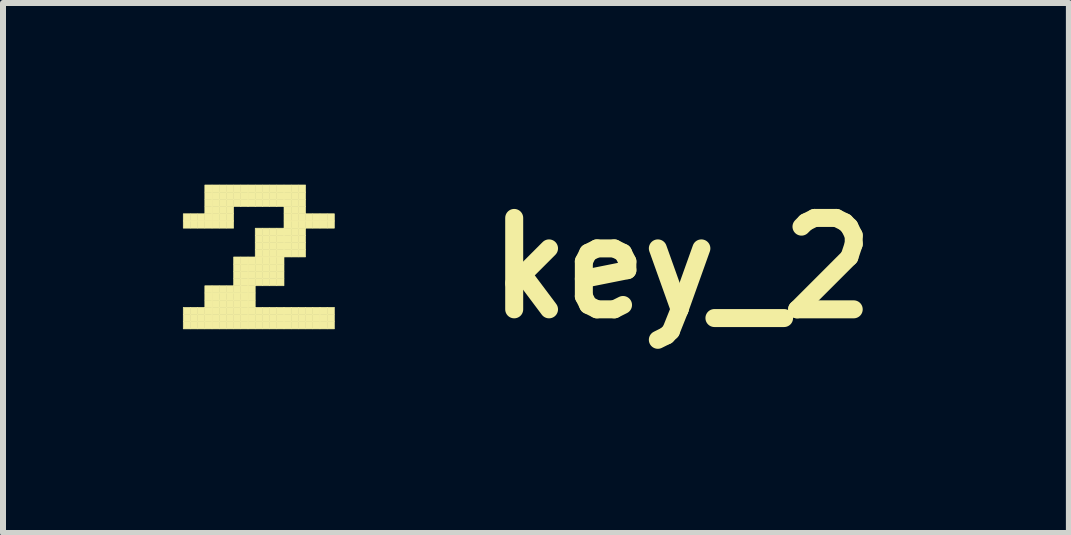
<source format=kicad_pcb>
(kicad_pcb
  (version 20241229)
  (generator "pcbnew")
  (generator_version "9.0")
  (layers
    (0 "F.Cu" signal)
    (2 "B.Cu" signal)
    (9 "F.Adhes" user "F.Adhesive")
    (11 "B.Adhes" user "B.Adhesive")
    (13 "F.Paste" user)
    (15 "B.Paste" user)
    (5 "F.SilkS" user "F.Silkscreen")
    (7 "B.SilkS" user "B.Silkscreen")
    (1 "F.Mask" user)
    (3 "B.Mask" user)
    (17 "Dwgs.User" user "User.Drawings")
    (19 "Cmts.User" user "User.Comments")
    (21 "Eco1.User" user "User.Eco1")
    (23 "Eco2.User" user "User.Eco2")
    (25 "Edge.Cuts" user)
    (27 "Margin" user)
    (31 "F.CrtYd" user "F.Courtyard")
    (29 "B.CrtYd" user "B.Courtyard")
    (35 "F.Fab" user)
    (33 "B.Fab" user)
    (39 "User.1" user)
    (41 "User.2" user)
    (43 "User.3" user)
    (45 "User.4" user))
  (footprint "key_2"
    (layer "F.Cu")
    (at 1.205 1.418)
    (property "Reference" "key_2" (at 7.112 0 0) (layer "F.SilkS") (effects (font (size 1.524 1.524) (thickness 0.3))))
    (attr through_hole)
    (fp_poly (pts (xy -1.2 -0.904) (xy -1.08 -0.904) (xy -1.08 -0.784) (xy -1.2 -0.784) (xy -1.2 -0.904)) (stroke (width 0.01) (type solid)) (fill yes) (layer "F.SilkS"))
    (fp_poly (pts (xy -1.2 -0.784) (xy -1.08 -0.784) (xy -1.08 -0.664) (xy -1.2 -0.664) (xy -1.2 -0.784)) (stroke (width 0.01) (type solid)) (fill yes) (layer "F.SilkS"))
    (fp_poly (pts (xy -1.2 0.656) (xy -1.08 0.656) (xy -1.08 0.776) (xy -1.2 0.776) (xy -1.2 0.656)) (stroke (width 0.01) (type solid)) (fill yes) (layer "F.SilkS"))
    (fp_poly (pts (xy -1.2 0.776) (xy -1.08 0.776) (xy -1.08 0.896) (xy -1.2 0.896) (xy -1.2 0.776)) (stroke (width 0.01) (type solid)) (fill yes) (layer "F.SilkS"))
    (fp_poly (pts (xy -1.2 0.896) (xy -1.08 0.896) (xy -1.08 1.016) (xy -1.2 1.016) (xy -1.2 0.896)) (stroke (width 0.01) (type solid)) (fill yes) (layer "F.SilkS"))
    (fp_poly (pts (xy -1.08 -0.904) (xy -0.96 -0.904) (xy -0.96 -0.784) (xy -1.08 -0.784) (xy -1.08 -0.904)) (stroke (width 0.01) (type solid)) (fill yes) (layer "F.SilkS"))
    (fp_poly (pts (xy -1.08 -0.784) (xy -0.96 -0.784) (xy -0.96 -0.664) (xy -1.08 -0.664) (xy -1.08 -0.784)) (stroke (width 0.01) (type solid)) (fill yes) (layer "F.SilkS"))
    (fp_poly (pts (xy -1.08 0.656) (xy -0.96 0.656) (xy -0.96 0.776) (xy -1.08 0.776) (xy -1.08 0.656)) (stroke (width 0.01) (type solid)) (fill yes) (layer "F.SilkS"))
    (fp_poly (pts (xy -1.08 0.776) (xy -0.96 0.776) (xy -0.96 0.896) (xy -1.08 0.896) (xy -1.08 0.776)) (stroke (width 0.01) (type solid)) (fill yes) (layer "F.SilkS"))
    (fp_poly (pts (xy -1.08 0.896) (xy -0.96 0.896) (xy -0.96 1.016) (xy -1.08 1.016) (xy -1.08 0.896)) (stroke (width 0.01) (type solid)) (fill yes) (layer "F.SilkS"))
    (fp_poly (pts (xy -0.96 -0.904) (xy -0.84 -0.904) (xy -0.84 -0.784) (xy -0.96 -0.784) (xy -0.96 -0.904)) (stroke (width 0.01) (type solid)) (fill yes) (layer "F.SilkS"))
    (fp_poly (pts (xy -0.96 -0.784) (xy -0.84 -0.784) (xy -0.84 -0.664) (xy -0.96 -0.664) (xy -0.96 -0.784)) (stroke (width 0.01) (type solid)) (fill yes) (layer "F.SilkS"))
    (fp_poly (pts (xy -0.96 0.656) (xy -0.84 0.656) (xy -0.84 0.776) (xy -0.96 0.776) (xy -0.96 0.656)) (stroke (width 0.01) (type solid)) (fill yes) (layer "F.SilkS"))
    (fp_poly (pts (xy -0.96 0.776) (xy -0.84 0.776) (xy -0.84 0.896) (xy -0.96 0.896) (xy -0.96 0.776)) (stroke (width 0.01) (type solid)) (fill yes) (layer "F.SilkS"))
    (fp_poly (pts (xy -0.96 0.896) (xy -0.84 0.896) (xy -0.84 1.016) (xy -0.96 1.016) (xy -0.96 0.896)) (stroke (width 0.01) (type solid)) (fill yes) (layer "F.SilkS"))
    (fp_poly (pts (xy -0.84 -1.384) (xy -0.72 -1.384) (xy -0.72 -1.264) (xy -0.84 -1.264) (xy -0.84 -1.384)) (stroke (width 0.01) (type solid)) (fill yes) (layer "F.SilkS"))
    (fp_poly (pts (xy -0.84 -1.264) (xy -0.72 -1.264) (xy -0.72 -1.144) (xy -0.84 -1.144) (xy -0.84 -1.264)) (stroke (width 0.01) (type solid)) (fill yes) (layer "F.SilkS"))
    (fp_poly (pts (xy -0.84 -1.144) (xy -0.72 -1.144) (xy -0.72 -1.024) (xy -0.84 -1.024) (xy -0.84 -1.144)) (stroke (width 0.01) (type solid)) (fill yes) (layer "F.SilkS"))
    (fp_poly (pts (xy -0.84 -1.024) (xy -0.72 -1.024) (xy -0.72 -0.904) (xy -0.84 -0.904) (xy -0.84 -1.024)) (stroke (width 0.01) (type solid)) (fill yes) (layer "F.SilkS"))
    (fp_poly (pts (xy -0.84 -0.904) (xy -0.72 -0.904) (xy -0.72 -0.784) (xy -0.84 -0.784) (xy -0.84 -0.904)) (stroke (width 0.01) (type solid)) (fill yes) (layer "F.SilkS"))
    (fp_poly (pts (xy -0.84 -0.784) (xy -0.72 -0.784) (xy -0.72 -0.664) (xy -0.84 -0.664) (xy -0.84 -0.784)) (stroke (width 0.01) (type solid)) (fill yes) (layer "F.SilkS"))
    (fp_poly (pts (xy -0.84 0.296) (xy -0.72 0.296) (xy -0.72 0.416) (xy -0.84 0.416) (xy -0.84 0.296)) (stroke (width 0.01) (type solid)) (fill yes) (layer "F.SilkS"))
    (fp_poly (pts (xy -0.84 0.416) (xy -0.72 0.416) (xy -0.72 0.536) (xy -0.84 0.536) (xy -0.84 0.416)) (stroke (width 0.01) (type solid)) (fill yes) (layer "F.SilkS"))
    (fp_poly (pts (xy -0.84 0.536) (xy -0.72 0.536) (xy -0.72 0.656) (xy -0.84 0.656) (xy -0.84 0.536)) (stroke (width 0.01) (type solid)) (fill yes) (layer "F.SilkS"))
    (fp_poly (pts (xy -0.84 0.656) (xy -0.72 0.656) (xy -0.72 0.776) (xy -0.84 0.776) (xy -0.84 0.656)) (stroke (width 0.01) (type solid)) (fill yes) (layer "F.SilkS"))
    (fp_poly (pts (xy -0.84 0.776) (xy -0.72 0.776) (xy -0.72 0.896) (xy -0.84 0.896) (xy -0.84 0.776)) (stroke (width 0.01) (type solid)) (fill yes) (layer "F.SilkS"))
    (fp_poly (pts (xy -0.84 0.896) (xy -0.72 0.896) (xy -0.72 1.016) (xy -0.84 1.016) (xy -0.84 0.896)) (stroke (width 0.01) (type solid)) (fill yes) (layer "F.SilkS"))
    (fp_poly (pts (xy -0.72 -1.384) (xy -0.6 -1.384) (xy -0.6 -1.264) (xy -0.72 -1.264) (xy -0.72 -1.384)) (stroke (width 0.01) (type solid)) (fill yes) (layer "F.SilkS"))
    (fp_poly (pts (xy -0.72 -1.264) (xy -0.6 -1.264) (xy -0.6 -1.144) (xy -0.72 -1.144) (xy -0.72 -1.264)) (stroke (width 0.01) (type solid)) (fill yes) (layer "F.SilkS"))
    (fp_poly (pts (xy -0.72 -1.144) (xy -0.6 -1.144) (xy -0.6 -1.024) (xy -0.72 -1.024) (xy -0.72 -1.144)) (stroke (width 0.01) (type solid)) (fill yes) (layer "F.SilkS"))
    (fp_poly (pts (xy -0.72 -1.024) (xy -0.6 -1.024) (xy -0.6 -0.904) (xy -0.72 -0.904) (xy -0.72 -1.024)) (stroke (width 0.01) (type solid)) (fill yes) (layer "F.SilkS"))
    (fp_poly (pts (xy -0.72 -0.904) (xy -0.6 -0.904) (xy -0.6 -0.784) (xy -0.72 -0.784) (xy -0.72 -0.904)) (stroke (width 0.01) (type solid)) (fill yes) (layer "F.SilkS"))
    (fp_poly (pts (xy -0.72 -0.784) (xy -0.6 -0.784) (xy -0.6 -0.664) (xy -0.72 -0.664) (xy -0.72 -0.784)) (stroke (width 0.01) (type solid)) (fill yes) (layer "F.SilkS"))
    (fp_poly (pts (xy -0.72 0.296) (xy -0.6 0.296) (xy -0.6 0.416) (xy -0.72 0.416) (xy -0.72 0.296)) (stroke (width 0.01) (type solid)) (fill yes) (layer "F.SilkS"))
    (fp_poly (pts (xy -0.72 0.416) (xy -0.6 0.416) (xy -0.6 0.536) (xy -0.72 0.536) (xy -0.72 0.416)) (stroke (width 0.01) (type solid)) (fill yes) (layer "F.SilkS"))
    (fp_poly (pts (xy -0.72 0.536) (xy -0.6 0.536) (xy -0.6 0.656) (xy -0.72 0.656) (xy -0.72 0.536)) (stroke (width 0.01) (type solid)) (fill yes) (layer "F.SilkS"))
    (fp_poly (pts (xy -0.72 0.656) (xy -0.6 0.656) (xy -0.6 0.776) (xy -0.72 0.776) (xy -0.72 0.656)) (stroke (width 0.01) (type solid)) (fill yes) (layer "F.SilkS"))
    (fp_poly (pts (xy -0.72 0.776) (xy -0.6 0.776) (xy -0.6 0.896) (xy -0.72 0.896) (xy -0.72 0.776)) (stroke (width 0.01) (type solid)) (fill yes) (layer "F.SilkS"))
    (fp_poly (pts (xy -0.72 0.896) (xy -0.6 0.896) (xy -0.6 1.016) (xy -0.72 1.016) (xy -0.72 0.896)) (stroke (width 0.01) (type solid)) (fill yes) (layer "F.SilkS"))
    (fp_poly (pts (xy -0.6 -1.384) (xy -0.48 -1.384) (xy -0.48 -1.264) (xy -0.6 -1.264) (xy -0.6 -1.384)) (stroke (width 0.01) (type solid)) (fill yes) (layer "F.SilkS"))
    (fp_poly (pts (xy -0.6 -1.264) (xy -0.48 -1.264) (xy -0.48 -1.144) (xy -0.6 -1.144) (xy -0.6 -1.264)) (stroke (width 0.01) (type solid)) (fill yes) (layer "F.SilkS"))
    (fp_poly (pts (xy -0.6 -1.144) (xy -0.48 -1.144) (xy -0.48 -1.024) (xy -0.6 -1.024) (xy -0.6 -1.144)) (stroke (width 0.01) (type solid)) (fill yes) (layer "F.SilkS"))
    (fp_poly (pts (xy -0.6 -1.024) (xy -0.48 -1.024) (xy -0.48 -0.904) (xy -0.6 -0.904) (xy -0.6 -1.024)) (stroke (width 0.01) (type solid)) (fill yes) (layer "F.SilkS"))
    (fp_poly (pts (xy -0.6 -0.904) (xy -0.48 -0.904) (xy -0.48 -0.784) (xy -0.6 -0.784) (xy -0.6 -0.904)) (stroke (width 0.01) (type solid)) (fill yes) (layer "F.SilkS"))
    (fp_poly (pts (xy -0.6 -0.784) (xy -0.48 -0.784) (xy -0.48 -0.664) (xy -0.6 -0.664) (xy -0.6 -0.784)) (stroke (width 0.01) (type solid)) (fill yes) (layer "F.SilkS"))
    (fp_poly (pts (xy -0.6 0.296) (xy -0.48 0.296) (xy -0.48 0.416) (xy -0.6 0.416) (xy -0.6 0.296)) (stroke (width 0.01) (type solid)) (fill yes) (layer "F.SilkS"))
    (fp_poly (pts (xy -0.6 0.416) (xy -0.48 0.416) (xy -0.48 0.536) (xy -0.6 0.536) (xy -0.6 0.416)) (stroke (width 0.01) (type solid)) (fill yes) (layer "F.SilkS"))
    (fp_poly (pts (xy -0.6 0.536) (xy -0.48 0.536) (xy -0.48 0.656) (xy -0.6 0.656) (xy -0.6 0.536)) (stroke (width 0.01) (type solid)) (fill yes) (layer "F.SilkS"))
    (fp_poly (pts (xy -0.6 0.656) (xy -0.48 0.656) (xy -0.48 0.776) (xy -0.6 0.776) (xy -0.6 0.656)) (stroke (width 0.01) (type solid)) (fill yes) (layer "F.SilkS"))
    (fp_poly (pts (xy -0.6 0.776) (xy -0.48 0.776) (xy -0.48 0.896) (xy -0.6 0.896) (xy -0.6 0.776)) (stroke (width 0.01) (type solid)) (fill yes) (layer "F.SilkS"))
    (fp_poly (pts (xy -0.6 0.896) (xy -0.48 0.896) (xy -0.48 1.016) (xy -0.6 1.016) (xy -0.6 0.896)) (stroke (width 0.01) (type solid)) (fill yes) (layer "F.SilkS"))
    (fp_poly (pts (xy -0.48 -1.384) (xy -0.36 -1.384) (xy -0.36 -1.264) (xy -0.48 -1.264) (xy -0.48 -1.384)) (stroke (width 0.01) (type solid)) (fill yes) (layer "F.SilkS"))
    (fp_poly (pts (xy -0.48 -1.264) (xy -0.36 -1.264) (xy -0.36 -1.144) (xy -0.48 -1.144) (xy -0.48 -1.264)) (stroke (width 0.01) (type solid)) (fill yes) (layer "F.SilkS"))
    (fp_poly (pts (xy -0.48 -1.144) (xy -0.36 -1.144) (xy -0.36 -1.024) (xy -0.48 -1.024) (xy -0.48 -1.144)) (stroke (width 0.01) (type solid)) (fill yes) (layer "F.SilkS"))
    (fp_poly (pts (xy -0.48 -1.024) (xy -0.36 -1.024) (xy -0.36 -0.904) (xy -0.48 -0.904) (xy -0.48 -1.024)) (stroke (width 0.01) (type solid)) (fill yes) (layer "F.SilkS"))
    (fp_poly (pts (xy -0.48 -0.904) (xy -0.36 -0.904) (xy -0.36 -0.784) (xy -0.48 -0.784) (xy -0.48 -0.904)) (stroke (width 0.01) (type solid)) (fill yes) (layer "F.SilkS"))
    (fp_poly (pts (xy -0.48 -0.784) (xy -0.36 -0.784) (xy -0.36 -0.664) (xy -0.48 -0.664) (xy -0.48 -0.784)) (stroke (width 0.01) (type solid)) (fill yes) (layer "F.SilkS"))
    (fp_poly (pts (xy -0.48 0.296) (xy -0.36 0.296) (xy -0.36 0.416) (xy -0.48 0.416) (xy -0.48 0.296)) (stroke (width 0.01) (type solid)) (fill yes) (layer "F.SilkS"))
    (fp_poly (pts (xy -0.48 0.416) (xy -0.36 0.416) (xy -0.36 0.536) (xy -0.48 0.536) (xy -0.48 0.416)) (stroke (width 0.01) (type solid)) (fill yes) (layer "F.SilkS"))
    (fp_poly (pts (xy -0.48 0.536) (xy -0.36 0.536) (xy -0.36 0.656) (xy -0.48 0.656) (xy -0.48 0.536)) (stroke (width 0.01) (type solid)) (fill yes) (layer "F.SilkS"))
    (fp_poly (pts (xy -0.48 0.656) (xy -0.36 0.656) (xy -0.36 0.776) (xy -0.48 0.776) (xy -0.48 0.656)) (stroke (width 0.01) (type solid)) (fill yes) (layer "F.SilkS"))
    (fp_poly (pts (xy -0.48 0.776) (xy -0.36 0.776) (xy -0.36 0.896) (xy -0.48 0.896) (xy -0.48 0.776)) (stroke (width 0.01) (type solid)) (fill yes) (layer "F.SilkS"))
    (fp_poly (pts (xy -0.48 0.896) (xy -0.36 0.896) (xy -0.36 1.016) (xy -0.48 1.016) (xy -0.48 0.896)) (stroke (width 0.01) (type solid)) (fill yes) (layer "F.SilkS"))
    (fp_poly (pts (xy -0.36 -1.384) (xy -0.24 -1.384) (xy -0.24 -1.264) (xy -0.36 -1.264) (xy -0.36 -1.384)) (stroke (width 0.01) (type solid)) (fill yes) (layer "F.SilkS"))
    (fp_poly (pts (xy -0.36 -1.264) (xy -0.24 -1.264) (xy -0.24 -1.144) (xy -0.36 -1.144) (xy -0.36 -1.264)) (stroke (width 0.01) (type solid)) (fill yes) (layer "F.SilkS"))
    (fp_poly (pts (xy -0.36 -1.144) (xy -0.24 -1.144) (xy -0.24 -1.024) (xy -0.36 -1.024) (xy -0.36 -1.144)) (stroke (width 0.01) (type solid)) (fill yes) (layer "F.SilkS"))
    (fp_poly (pts (xy -0.36 -0.184) (xy -0.24 -0.184) (xy -0.24 -0.064) (xy -0.36 -0.064) (xy -0.36 -0.184)) (stroke (width 0.01) (type solid)) (fill yes) (layer "F.SilkS"))
    (fp_poly (pts (xy -0.36 -0.064) (xy -0.24 -0.064) (xy -0.24 0.056) (xy -0.36 0.056) (xy -0.36 -0.064)) (stroke (width 0.01) (type solid)) (fill yes) (layer "F.SilkS"))
    (fp_poly (pts (xy -0.36 0.056) (xy -0.24 0.056) (xy -0.24 0.176) (xy -0.36 0.176) (xy -0.36 0.056)) (stroke (width 0.01) (type solid)) (fill yes) (layer "F.SilkS"))
    (fp_poly (pts (xy -0.36 0.176) (xy -0.24 0.176) (xy -0.24 0.296) (xy -0.36 0.296) (xy -0.36 0.176)) (stroke (width 0.01) (type solid)) (fill yes) (layer "F.SilkS"))
    (fp_poly (pts (xy -0.36 0.296) (xy -0.24 0.296) (xy -0.24 0.416) (xy -0.36 0.416) (xy -0.36 0.296)) (stroke (width 0.01) (type solid)) (fill yes) (layer "F.SilkS"))
    (fp_poly (pts (xy -0.36 0.416) (xy -0.24 0.416) (xy -0.24 0.536) (xy -0.36 0.536) (xy -0.36 0.416)) (stroke (width 0.01) (type solid)) (fill yes) (layer "F.SilkS"))
    (fp_poly (pts (xy -0.36 0.536) (xy -0.24 0.536) (xy -0.24 0.656) (xy -0.36 0.656) (xy -0.36 0.536)) (stroke (width 0.01) (type solid)) (fill yes) (layer "F.SilkS"))
    (fp_poly (pts (xy -0.36 0.656) (xy -0.24 0.656) (xy -0.24 0.776) (xy -0.36 0.776) (xy -0.36 0.656)) (stroke (width 0.01) (type solid)) (fill yes) (layer "F.SilkS"))
    (fp_poly (pts (xy -0.36 0.776) (xy -0.24 0.776) (xy -0.24 0.896) (xy -0.36 0.896) (xy -0.36 0.776)) (stroke (width 0.01) (type solid)) (fill yes) (layer "F.SilkS"))
    (fp_poly (pts (xy -0.36 0.896) (xy -0.24 0.896) (xy -0.24 1.016) (xy -0.36 1.016) (xy -0.36 0.896)) (stroke (width 0.01) (type solid)) (fill yes) (layer "F.SilkS"))
    (fp_poly (pts (xy -0.24 -1.384) (xy -0.12 -1.384) (xy -0.12 -1.264) (xy -0.24 -1.264) (xy -0.24 -1.384)) (stroke (width 0.01) (type solid)) (fill yes) (layer "F.SilkS"))
    (fp_poly (pts (xy -0.24 -1.264) (xy -0.12 -1.264) (xy -0.12 -1.144) (xy -0.24 -1.144) (xy -0.24 -1.264)) (stroke (width 0.01) (type solid)) (fill yes) (layer "F.SilkS"))
    (fp_poly (pts (xy -0.24 -1.144) (xy -0.12 -1.144) (xy -0.12 -1.024) (xy -0.24 -1.024) (xy -0.24 -1.144)) (stroke (width 0.01) (type solid)) (fill yes) (layer "F.SilkS"))
    (fp_poly (pts (xy -0.24 -0.184) (xy -0.12 -0.184) (xy -0.12 -0.064) (xy -0.24 -0.064) (xy -0.24 -0.184)) (stroke (width 0.01) (type solid)) (fill yes) (layer "F.SilkS"))
    (fp_poly (pts (xy -0.24 -0.064) (xy -0.12 -0.064) (xy -0.12 0.056) (xy -0.24 0.056) (xy -0.24 -0.064)) (stroke (width 0.01) (type solid)) (fill yes) (layer "F.SilkS"))
    (fp_poly (pts (xy -0.24 0.056) (xy -0.12 0.056) (xy -0.12 0.176) (xy -0.24 0.176) (xy -0.24 0.056)) (stroke (width 0.01) (type solid)) (fill yes) (layer "F.SilkS"))
    (fp_poly (pts (xy -0.24 0.176) (xy -0.12 0.176) (xy -0.12 0.296) (xy -0.24 0.296) (xy -0.24 0.176)) (stroke (width 0.01) (type solid)) (fill yes) (layer "F.SilkS"))
    (fp_poly (pts (xy -0.24 0.296) (xy -0.12 0.296) (xy -0.12 0.416) (xy -0.24 0.416) (xy -0.24 0.296)) (stroke (width 0.01) (type solid)) (fill yes) (layer "F.SilkS"))
    (fp_poly (pts (xy -0.24 0.416) (xy -0.12 0.416) (xy -0.12 0.536) (xy -0.24 0.536) (xy -0.24 0.416)) (stroke (width 0.01) (type solid)) (fill yes) (layer "F.SilkS"))
    (fp_poly (pts (xy -0.24 0.536) (xy -0.12 0.536) (xy -0.12 0.656) (xy -0.24 0.656) (xy -0.24 0.536)) (stroke (width 0.01) (type solid)) (fill yes) (layer "F.SilkS"))
    (fp_poly (pts (xy -0.24 0.656) (xy -0.12 0.656) (xy -0.12 0.776) (xy -0.24 0.776) (xy -0.24 0.656)) (stroke (width 0.01) (type solid)) (fill yes) (layer "F.SilkS"))
    (fp_poly (pts (xy -0.24 0.776) (xy -0.12 0.776) (xy -0.12 0.896) (xy -0.24 0.896) (xy -0.24 0.776)) (stroke (width 0.01) (type solid)) (fill yes) (layer "F.SilkS"))
    (fp_poly (pts (xy -0.24 0.896) (xy -0.12 0.896) (xy -0.12 1.016) (xy -0.24 1.016) (xy -0.24 0.896)) (stroke (width 0.01) (type solid)) (fill yes) (layer "F.SilkS"))
    (fp_poly (pts (xy -0.12 -1.384) (xy 0 -1.384) (xy 0 -1.264) (xy -0.12 -1.264) (xy -0.12 -1.384)) (stroke (width 0.01) (type solid)) (fill yes) (layer "F.SilkS"))
    (fp_poly (pts (xy -0.12 -1.264) (xy 0 -1.264) (xy 0 -1.144) (xy -0.12 -1.144) (xy -0.12 -1.264)) (stroke (width 0.01) (type solid)) (fill yes) (layer "F.SilkS"))
    (fp_poly (pts (xy -0.12 -1.144) (xy 0 -1.144) (xy 0 -1.024) (xy -0.12 -1.024) (xy -0.12 -1.144)) (stroke (width 0.01) (type solid)) (fill yes) (layer "F.SilkS"))
    (fp_poly (pts (xy -0.12 -0.184) (xy 0 -0.184) (xy 0 -0.064) (xy -0.12 -0.064) (xy -0.12 -0.184)) (stroke (width 0.01) (type solid)) (fill yes) (layer "F.SilkS"))
    (fp_poly (pts (xy -0.12 -0.064) (xy 0 -0.064) (xy 0 0.056) (xy -0.12 0.056) (xy -0.12 -0.064)) (stroke (width 0.01) (type solid)) (fill yes) (layer "F.SilkS"))
    (fp_poly (pts (xy -0.12 0.056) (xy 0 0.056) (xy 0 0.176) (xy -0.12 0.176) (xy -0.12 0.056)) (stroke (width 0.01) (type solid)) (fill yes) (layer "F.SilkS"))
    (fp_poly (pts (xy -0.12 0.176) (xy 0 0.176) (xy 0 0.296) (xy -0.12 0.296) (xy -0.12 0.176)) (stroke (width 0.01) (type solid)) (fill yes) (layer "F.SilkS"))
    (fp_poly (pts (xy -0.12 0.296) (xy 0 0.296) (xy 0 0.416) (xy -0.12 0.416) (xy -0.12 0.296)) (stroke (width 0.01) (type solid)) (fill yes) (layer "F.SilkS"))
    (fp_poly (pts (xy -0.12 0.416) (xy 0 0.416) (xy 0 0.536) (xy -0.12 0.536) (xy -0.12 0.416)) (stroke (width 0.01) (type solid)) (fill yes) (layer "F.SilkS"))
    (fp_poly (pts (xy -0.12 0.536) (xy 0 0.536) (xy 0 0.656) (xy -0.12 0.656) (xy -0.12 0.536)) (stroke (width 0.01) (type solid)) (fill yes) (layer "F.SilkS"))
    (fp_poly (pts (xy -0.12 0.656) (xy 0 0.656) (xy 0 0.776) (xy -0.12 0.776) (xy -0.12 0.656)) (stroke (width 0.01) (type solid)) (fill yes) (layer "F.SilkS"))
    (fp_poly (pts (xy -0.12 0.776) (xy 0 0.776) (xy 0 0.896) (xy -0.12 0.896) (xy -0.12 0.776)) (stroke (width 0.01) (type solid)) (fill yes) (layer "F.SilkS"))
    (fp_poly (pts (xy -0.12 0.896) (xy 0 0.896) (xy 0 1.016) (xy -0.12 1.016) (xy -0.12 0.896)) (stroke (width 0.01) (type solid)) (fill yes) (layer "F.SilkS"))
    (fp_poly (pts (xy 0 -1.384) (xy 0.12 -1.384) (xy 0.12 -1.264) (xy 0 -1.264) (xy 0 -1.384)) (stroke (width 0.01) (type solid)) (fill yes) (layer "F.SilkS"))
    (fp_poly (pts (xy 0 -1.264) (xy 0.12 -1.264) (xy 0.12 -1.144) (xy 0 -1.144) (xy 0 -1.264)) (stroke (width 0.01) (type solid)) (fill yes) (layer "F.SilkS"))
    (fp_poly (pts (xy 0 -1.144) (xy 0.12 -1.144) (xy 0.12 -1.024) (xy 0 -1.024) (xy 0 -1.144)) (stroke (width 0.01) (type solid)) (fill yes) (layer "F.SilkS"))
    (fp_poly (pts (xy 0 -0.664) (xy 0.12 -0.664) (xy 0.12 -0.544) (xy 0 -0.544) (xy 0 -0.664)) (stroke (width 0.01) (type solid)) (fill yes) (layer "F.SilkS"))
    (fp_poly (pts (xy 0 -0.544) (xy 0.12 -0.544) (xy 0.12 -0.424) (xy 0 -0.424) (xy 0 -0.544)) (stroke (width 0.01) (type solid)) (fill yes) (layer "F.SilkS"))
    (fp_poly (pts (xy 0 -0.424) (xy 0.12 -0.424) (xy 0.12 -0.304) (xy 0 -0.304) (xy 0 -0.424)) (stroke (width 0.01) (type solid)) (fill yes) (layer "F.SilkS"))
    (fp_poly (pts (xy 0 -0.304) (xy 0.12 -0.304) (xy 0.12 -0.184) (xy 0 -0.184) (xy 0 -0.304)) (stroke (width 0.01) (type solid)) (fill yes) (layer "F.SilkS"))
    (fp_poly (pts (xy 0 -0.184) (xy 0.12 -0.184) (xy 0.12 -0.064) (xy 0 -0.064) (xy 0 -0.184)) (stroke (width 0.01) (type solid)) (fill yes) (layer "F.SilkS"))
    (fp_poly (pts (xy 0 -0.064) (xy 0.12 -0.064) (xy 0.12 0.056) (xy 0 0.056) (xy 0 -0.064)) (stroke (width 0.01) (type solid)) (fill yes) (layer "F.SilkS"))
    (fp_poly (pts (xy 0 0.056) (xy 0.12 0.056) (xy 0.12 0.176) (xy 0 0.176) (xy 0 0.056)) (stroke (width 0.01) (type solid)) (fill yes) (layer "F.SilkS"))
    (fp_poly (pts (xy 0 0.176) (xy 0.12 0.176) (xy 0.12 0.296) (xy 0 0.296) (xy 0 0.176)) (stroke (width 0.01) (type solid)) (fill yes) (layer "F.SilkS"))
    (fp_poly (pts (xy 0 0.656) (xy 0.12 0.656) (xy 0.12 0.776) (xy 0 0.776) (xy 0 0.656)) (stroke (width 0.01) (type solid)) (fill yes) (layer "F.SilkS"))
    (fp_poly (pts (xy 0 0.776) (xy 0.12 0.776) (xy 0.12 0.896) (xy 0 0.896) (xy 0 0.776)) (stroke (width 0.01) (type solid)) (fill yes) (layer "F.SilkS"))
    (fp_poly (pts (xy 0 0.896) (xy 0.12 0.896) (xy 0.12 1.016) (xy 0 1.016) (xy 0 0.896)) (stroke (width 0.01) (type solid)) (fill yes) (layer "F.SilkS"))
    (fp_poly (pts (xy 0.12 -1.384) (xy 0.24 -1.384) (xy 0.24 -1.264) (xy 0.12 -1.264) (xy 0.12 -1.384)) (stroke (width 0.01) (type solid)) (fill yes) (layer "F.SilkS"))
    (fp_poly (pts (xy 0.12 -1.264) (xy 0.24 -1.264) (xy 0.24 -1.144) (xy 0.12 -1.144) (xy 0.12 -1.264)) (stroke (width 0.01) (type solid)) (fill yes) (layer "F.SilkS"))
    (fp_poly (pts (xy 0.12 -1.144) (xy 0.24 -1.144) (xy 0.24 -1.024) (xy 0.12 -1.024) (xy 0.12 -1.144)) (stroke (width 0.01) (type solid)) (fill yes) (layer "F.SilkS"))
    (fp_poly (pts (xy 0.12 -0.664) (xy 0.24 -0.664) (xy 0.24 -0.544) (xy 0.12 -0.544) (xy 0.12 -0.664)) (stroke (width 0.01) (type solid)) (fill yes) (layer "F.SilkS"))
    (fp_poly (pts (xy 0.12 -0.544) (xy 0.24 -0.544) (xy 0.24 -0.424) (xy 0.12 -0.424) (xy 0.12 -0.544)) (stroke (width 0.01) (type solid)) (fill yes) (layer "F.SilkS"))
    (fp_poly (pts (xy 0.12 -0.424) (xy 0.24 -0.424) (xy 0.24 -0.304) (xy 0.12 -0.304) (xy 0.12 -0.424)) (stroke (width 0.01) (type solid)) (fill yes) (layer "F.SilkS"))
    (fp_poly (pts (xy 0.12 -0.304) (xy 0.24 -0.304) (xy 0.24 -0.184) (xy 0.12 -0.184) (xy 0.12 -0.304)) (stroke (width 0.01) (type solid)) (fill yes) (layer "F.SilkS"))
    (fp_poly (pts (xy 0.12 -0.184) (xy 0.24 -0.184) (xy 0.24 -0.064) (xy 0.12 -0.064) (xy 0.12 -0.184)) (stroke (width 0.01) (type solid)) (fill yes) (layer "F.SilkS"))
    (fp_poly (pts (xy 0.12 -0.064) (xy 0.24 -0.064) (xy 0.24 0.056) (xy 0.12 0.056) (xy 0.12 -0.064)) (stroke (width 0.01) (type solid)) (fill yes) (layer "F.SilkS"))
    (fp_poly (pts (xy 0.12 0.056) (xy 0.24 0.056) (xy 0.24 0.176) (xy 0.12 0.176) (xy 0.12 0.056)) (stroke (width 0.01) (type solid)) (fill yes) (layer "F.SilkS"))
    (fp_poly (pts (xy 0.12 0.176) (xy 0.24 0.176) (xy 0.24 0.296) (xy 0.12 0.296) (xy 0.12 0.176)) (stroke (width 0.01) (type solid)) (fill yes) (layer "F.SilkS"))
    (fp_poly (pts (xy 0.12 0.656) (xy 0.24 0.656) (xy 0.24 0.776) (xy 0.12 0.776) (xy 0.12 0.656)) (stroke (width 0.01) (type solid)) (fill yes) (layer "F.SilkS"))
    (fp_poly (pts (xy 0.12 0.776) (xy 0.24 0.776) (xy 0.24 0.896) (xy 0.12 0.896) (xy 0.12 0.776)) (stroke (width 0.01) (type solid)) (fill yes) (layer "F.SilkS"))
    (fp_poly (pts (xy 0.12 0.896) (xy 0.24 0.896) (xy 0.24 1.016) (xy 0.12 1.016) (xy 0.12 0.896)) (stroke (width 0.01) (type solid)) (fill yes) (layer "F.SilkS"))
    (fp_poly (pts (xy 0.24 -1.384) (xy 0.36 -1.384) (xy 0.36 -1.264) (xy 0.24 -1.264) (xy 0.24 -1.384)) (stroke (width 0.01) (type solid)) (fill yes) (layer "F.SilkS"))
    (fp_poly (pts (xy 0.24 -1.264) (xy 0.36 -1.264) (xy 0.36 -1.144) (xy 0.24 -1.144) (xy 0.24 -1.264)) (stroke (width 0.01) (type solid)) (fill yes) (layer "F.SilkS"))
    (fp_poly (pts (xy 0.24 -1.144) (xy 0.36 -1.144) (xy 0.36 -1.024) (xy 0.24 -1.024) (xy 0.24 -1.144)) (stroke (width 0.01) (type solid)) (fill yes) (layer "F.SilkS"))
    (fp_poly (pts (xy 0.24 -0.664) (xy 0.36 -0.664) (xy 0.36 -0.544) (xy 0.24 -0.544) (xy 0.24 -0.664)) (stroke (width 0.01) (type solid)) (fill yes) (layer "F.SilkS"))
    (fp_poly (pts (xy 0.24 -0.544) (xy 0.36 -0.544) (xy 0.36 -0.424) (xy 0.24 -0.424) (xy 0.24 -0.544)) (stroke (width 0.01) (type solid)) (fill yes) (layer "F.SilkS"))
    (fp_poly (pts (xy 0.24 -0.424) (xy 0.36 -0.424) (xy 0.36 -0.304) (xy 0.24 -0.304) (xy 0.24 -0.424)) (stroke (width 0.01) (type solid)) (fill yes) (layer "F.SilkS"))
    (fp_poly (pts (xy 0.24 -0.304) (xy 0.36 -0.304) (xy 0.36 -0.184) (xy 0.24 -0.184) (xy 0.24 -0.304)) (stroke (width 0.01) (type solid)) (fill yes) (layer "F.SilkS"))
    (fp_poly (pts (xy 0.24 -0.184) (xy 0.36 -0.184) (xy 0.36 -0.064) (xy 0.24 -0.064) (xy 0.24 -0.184)) (stroke (width 0.01) (type solid)) (fill yes) (layer "F.SilkS"))
    (fp_poly (pts (xy 0.24 -0.064) (xy 0.36 -0.064) (xy 0.36 0.056) (xy 0.24 0.056) (xy 0.24 -0.064)) (stroke (width 0.01) (type solid)) (fill yes) (layer "F.SilkS"))
    (fp_poly (pts (xy 0.24 0.056) (xy 0.36 0.056) (xy 0.36 0.176) (xy 0.24 0.176) (xy 0.24 0.056)) (stroke (width 0.01) (type solid)) (fill yes) (layer "F.SilkS"))
    (fp_poly (pts (xy 0.24 0.176) (xy 0.36 0.176) (xy 0.36 0.296) (xy 0.24 0.296) (xy 0.24 0.176)) (stroke (width 0.01) (type solid)) (fill yes) (layer "F.SilkS"))
    (fp_poly (pts (xy 0.24 0.656) (xy 0.36 0.656) (xy 0.36 0.776) (xy 0.24 0.776) (xy 0.24 0.656)) (stroke (width 0.01) (type solid)) (fill yes) (layer "F.SilkS"))
    (fp_poly (pts (xy 0.24 0.776) (xy 0.36 0.776) (xy 0.36 0.896) (xy 0.24 0.896) (xy 0.24 0.776)) (stroke (width 0.01) (type solid)) (fill yes) (layer "F.SilkS"))
    (fp_poly (pts (xy 0.24 0.896) (xy 0.36 0.896) (xy 0.36 1.016) (xy 0.24 1.016) (xy 0.24 0.896)) (stroke (width 0.01) (type solid)) (fill yes) (layer "F.SilkS"))
    (fp_poly (pts (xy 0.36 -1.384) (xy 0.48 -1.384) (xy 0.48 -1.264) (xy 0.36 -1.264) (xy 0.36 -1.384)) (stroke (width 0.01) (type solid)) (fill yes) (layer "F.SilkS"))
    (fp_poly (pts (xy 0.36 -1.264) (xy 0.48 -1.264) (xy 0.48 -1.144) (xy 0.36 -1.144) (xy 0.36 -1.264)) (stroke (width 0.01) (type solid)) (fill yes) (layer "F.SilkS"))
    (fp_poly (pts (xy 0.36 -1.144) (xy 0.48 -1.144) (xy 0.48 -1.024) (xy 0.36 -1.024) (xy 0.36 -1.144)) (stroke (width 0.01) (type solid)) (fill yes) (layer "F.SilkS"))
    (fp_poly (pts (xy 0.36 -0.664) (xy 0.48 -0.664) (xy 0.48 -0.544) (xy 0.36 -0.544) (xy 0.36 -0.664)) (stroke (width 0.01) (type solid)) (fill yes) (layer "F.SilkS"))
    (fp_poly (pts (xy 0.36 -0.544) (xy 0.48 -0.544) (xy 0.48 -0.424) (xy 0.36 -0.424) (xy 0.36 -0.544)) (stroke (width 0.01) (type solid)) (fill yes) (layer "F.SilkS"))
    (fp_poly (pts (xy 0.36 -0.424) (xy 0.48 -0.424) (xy 0.48 -0.304) (xy 0.36 -0.304) (xy 0.36 -0.424)) (stroke (width 0.01) (type solid)) (fill yes) (layer "F.SilkS"))
    (fp_poly (pts (xy 0.36 -0.304) (xy 0.48 -0.304) (xy 0.48 -0.184) (xy 0.36 -0.184) (xy 0.36 -0.304)) (stroke (width 0.01) (type solid)) (fill yes) (layer "F.SilkS"))
    (fp_poly (pts (xy 0.36 -0.184) (xy 0.48 -0.184) (xy 0.48 -0.064) (xy 0.36 -0.064) (xy 0.36 -0.184)) (stroke (width 0.01) (type solid)) (fill yes) (layer "F.SilkS"))
    (fp_poly (pts (xy 0.36 -0.064) (xy 0.48 -0.064) (xy 0.48 0.056) (xy 0.36 0.056) (xy 0.36 -0.064)) (stroke (width 0.01) (type solid)) (fill yes) (layer "F.SilkS"))
    (fp_poly (pts (xy 0.36 0.056) (xy 0.48 0.056) (xy 0.48 0.176) (xy 0.36 0.176) (xy 0.36 0.056)) (stroke (width 0.01) (type solid)) (fill yes) (layer "F.SilkS"))
    (fp_poly (pts (xy 0.36 0.176) (xy 0.48 0.176) (xy 0.48 0.296) (xy 0.36 0.296) (xy 0.36 0.176)) (stroke (width 0.01) (type solid)) (fill yes) (layer "F.SilkS"))
    (fp_poly (pts (xy 0.36 0.656) (xy 0.48 0.656) (xy 0.48 0.776) (xy 0.36 0.776) (xy 0.36 0.656)) (stroke (width 0.01) (type solid)) (fill yes) (layer "F.SilkS"))
    (fp_poly (pts (xy 0.36 0.776) (xy 0.48 0.776) (xy 0.48 0.896) (xy 0.36 0.896) (xy 0.36 0.776)) (stroke (width 0.01) (type solid)) (fill yes) (layer "F.SilkS"))
    (fp_poly (pts (xy 0.36 0.896) (xy 0.48 0.896) (xy 0.48 1.016) (xy 0.36 1.016) (xy 0.36 0.896)) (stroke (width 0.01) (type solid)) (fill yes) (layer "F.SilkS"))
    (fp_poly (pts (xy 0.48 -1.384) (xy 0.6 -1.384) (xy 0.6 -1.264) (xy 0.48 -1.264) (xy 0.48 -1.384)) (stroke (width 0.01) (type solid)) (fill yes) (layer "F.SilkS"))
    (fp_poly (pts (xy 0.48 -1.264) (xy 0.6 -1.264) (xy 0.6 -1.144) (xy 0.48 -1.144) (xy 0.48 -1.264)) (stroke (width 0.01) (type solid)) (fill yes) (layer "F.SilkS"))
    (fp_poly (pts (xy 0.48 -1.144) (xy 0.6 -1.144) (xy 0.6 -1.024) (xy 0.48 -1.024) (xy 0.48 -1.144)) (stroke (width 0.01) (type solid)) (fill yes) (layer "F.SilkS"))
    (fp_poly (pts (xy 0.48 -1.024) (xy 0.6 -1.024) (xy 0.6 -0.904) (xy 0.48 -0.904) (xy 0.48 -1.024)) (stroke (width 0.01) (type solid)) (fill yes) (layer "F.SilkS"))
    (fp_poly (pts (xy 0.48 -0.904) (xy 0.6 -0.904) (xy 0.6 -0.784) (xy 0.48 -0.784) (xy 0.48 -0.904)) (stroke (width 0.01) (type solid)) (fill yes) (layer "F.SilkS"))
    (fp_poly (pts (xy 0.48 -0.784) (xy 0.6 -0.784) (xy 0.6 -0.664) (xy 0.48 -0.664) (xy 0.48 -0.784)) (stroke (width 0.01) (type solid)) (fill yes) (layer "F.SilkS"))
    (fp_poly (pts (xy 0.48 -0.664) (xy 0.6 -0.664) (xy 0.6 -0.544) (xy 0.48 -0.544) (xy 0.48 -0.664)) (stroke (width 0.01) (type solid)) (fill yes) (layer "F.SilkS"))
    (fp_poly (pts (xy 0.48 -0.544) (xy 0.6 -0.544) (xy 0.6 -0.424) (xy 0.48 -0.424) (xy 0.48 -0.544)) (stroke (width 0.01) (type solid)) (fill yes) (layer "F.SilkS"))
    (fp_poly (pts (xy 0.48 -0.424) (xy 0.6 -0.424) (xy 0.6 -0.304) (xy 0.48 -0.304) (xy 0.48 -0.424)) (stroke (width 0.01) (type solid)) (fill yes) (layer "F.SilkS"))
    (fp_poly (pts (xy 0.48 -0.304) (xy 0.6 -0.304) (xy 0.6 -0.184) (xy 0.48 -0.184) (xy 0.48 -0.304)) (stroke (width 0.01) (type solid)) (fill yes) (layer "F.SilkS"))
    (fp_poly (pts (xy 0.48 0.656) (xy 0.6 0.656) (xy 0.6 0.776) (xy 0.48 0.776) (xy 0.48 0.656)) (stroke (width 0.01) (type solid)) (fill yes) (layer "F.SilkS"))
    (fp_poly (pts (xy 0.48 0.776) (xy 0.6 0.776) (xy 0.6 0.896) (xy 0.48 0.896) (xy 0.48 0.776)) (stroke (width 0.01) (type solid)) (fill yes) (layer "F.SilkS"))
    (fp_poly (pts (xy 0.48 0.896) (xy 0.6 0.896) (xy 0.6 1.016) (xy 0.48 1.016) (xy 0.48 0.896)) (stroke (width 0.01) (type solid)) (fill yes) (layer "F.SilkS"))
    (fp_poly (pts (xy 0.6 -1.384) (xy 0.72 -1.384) (xy 0.72 -1.264) (xy 0.6 -1.264) (xy 0.6 -1.384)) (stroke (width 0.01) (type solid)) (fill yes) (layer "F.SilkS"))
    (fp_poly (pts (xy 0.6 -1.264) (xy 0.72 -1.264) (xy 0.72 -1.144) (xy 0.6 -1.144) (xy 0.6 -1.264)) (stroke (width 0.01) (type solid)) (fill yes) (layer "F.SilkS"))
    (fp_poly (pts (xy 0.6 -1.144) (xy 0.72 -1.144) (xy 0.72 -1.024) (xy 0.6 -1.024) (xy 0.6 -1.144)) (stroke (width 0.01) (type solid)) (fill yes) (layer "F.SilkS"))
    (fp_poly (pts (xy 0.6 -1.024) (xy 0.72 -1.024) (xy 0.72 -0.904) (xy 0.6 -0.904) (xy 0.6 -1.024)) (stroke (width 0.01) (type solid)) (fill yes) (layer "F.SilkS"))
    (fp_poly (pts (xy 0.6 -0.904) (xy 0.72 -0.904) (xy 0.72 -0.784) (xy 0.6 -0.784) (xy 0.6 -0.904)) (stroke (width 0.01) (type solid)) (fill yes) (layer "F.SilkS"))
    (fp_poly (pts (xy 0.6 -0.784) (xy 0.72 -0.784) (xy 0.72 -0.664) (xy 0.6 -0.664) (xy 0.6 -0.784)) (stroke (width 0.01) (type solid)) (fill yes) (layer "F.SilkS"))
    (fp_poly (pts (xy 0.6 -0.664) (xy 0.72 -0.664) (xy 0.72 -0.544) (xy 0.6 -0.544) (xy 0.6 -0.664)) (stroke (width 0.01) (type solid)) (fill yes) (layer "F.SilkS"))
    (fp_poly (pts (xy 0.6 -0.544) (xy 0.72 -0.544) (xy 0.72 -0.424) (xy 0.6 -0.424) (xy 0.6 -0.544)) (stroke (width 0.01) (type solid)) (fill yes) (layer "F.SilkS"))
    (fp_poly (pts (xy 0.6 -0.424) (xy 0.72 -0.424) (xy 0.72 -0.304) (xy 0.6 -0.304) (xy 0.6 -0.424)) (stroke (width 0.01) (type solid)) (fill yes) (layer "F.SilkS"))
    (fp_poly (pts (xy 0.6 -0.304) (xy 0.72 -0.304) (xy 0.72 -0.184) (xy 0.6 -0.184) (xy 0.6 -0.304)) (stroke (width 0.01) (type solid)) (fill yes) (layer "F.SilkS"))
    (fp_poly (pts (xy 0.6 0.656) (xy 0.72 0.656) (xy 0.72 0.776) (xy 0.6 0.776) (xy 0.6 0.656)) (stroke (width 0.01) (type solid)) (fill yes) (layer "F.SilkS"))
    (fp_poly (pts (xy 0.6 0.776) (xy 0.72 0.776) (xy 0.72 0.896) (xy 0.6 0.896) (xy 0.6 0.776)) (stroke (width 0.01) (type solid)) (fill yes) (layer "F.SilkS"))
    (fp_poly (pts (xy 0.6 0.896) (xy 0.72 0.896) (xy 0.72 1.016) (xy 0.6 1.016) (xy 0.6 0.896)) (stroke (width 0.01) (type solid)) (fill yes) (layer "F.SilkS"))
    (fp_poly (pts (xy 0.72 -1.384) (xy 0.84 -1.384) (xy 0.84 -1.264) (xy 0.72 -1.264) (xy 0.72 -1.384)) (stroke (width 0.01) (type solid)) (fill yes) (layer "F.SilkS"))
    (fp_poly (pts (xy 0.72 -1.264) (xy 0.84 -1.264) (xy 0.84 -1.144) (xy 0.72 -1.144) (xy 0.72 -1.264)) (stroke (width 0.01) (type solid)) (fill yes) (layer "F.SilkS"))
    (fp_poly (pts (xy 0.72 -1.144) (xy 0.84 -1.144) (xy 0.84 -1.024) (xy 0.72 -1.024) (xy 0.72 -1.144)) (stroke (width 0.01) (type solid)) (fill yes) (layer "F.SilkS"))
    (fp_poly (pts (xy 0.72 -1.024) (xy 0.84 -1.024) (xy 0.84 -0.904) (xy 0.72 -0.904) (xy 0.72 -1.024)) (stroke (width 0.01) (type solid)) (fill yes) (layer "F.SilkS"))
    (fp_poly (pts (xy 0.72 -0.904) (xy 0.84 -0.904) (xy 0.84 -0.784) (xy 0.72 -0.784) (xy 0.72 -0.904)) (stroke (width 0.01) (type solid)) (fill yes) (layer "F.SilkS"))
    (fp_poly (pts (xy 0.72 -0.784) (xy 0.84 -0.784) (xy 0.84 -0.664) (xy 0.72 -0.664) (xy 0.72 -0.784)) (stroke (width 0.01) (type solid)) (fill yes) (layer "F.SilkS"))
    (fp_poly (pts (xy 0.72 -0.664) (xy 0.84 -0.664) (xy 0.84 -0.544) (xy 0.72 -0.544) (xy 0.72 -0.664)) (stroke (width 0.01) (type solid)) (fill yes) (layer "F.SilkS"))
    (fp_poly (pts (xy 0.72 -0.544) (xy 0.84 -0.544) (xy 0.84 -0.424) (xy 0.72 -0.424) (xy 0.72 -0.544)) (stroke (width 0.01) (type solid)) (fill yes) (layer "F.SilkS"))
    (fp_poly (pts (xy 0.72 -0.424) (xy 0.84 -0.424) (xy 0.84 -0.304) (xy 0.72 -0.304) (xy 0.72 -0.424)) (stroke (width 0.01) (type solid)) (fill yes) (layer "F.SilkS"))
    (fp_poly (pts (xy 0.72 -0.304) (xy 0.84 -0.304) (xy 0.84 -0.184) (xy 0.72 -0.184) (xy 0.72 -0.304)) (stroke (width 0.01) (type solid)) (fill yes) (layer "F.SilkS"))
    (fp_poly (pts (xy 0.72 0.656) (xy 0.84 0.656) (xy 0.84 0.776) (xy 0.72 0.776) (xy 0.72 0.656)) (stroke (width 0.01) (type solid)) (fill yes) (layer "F.SilkS"))
    (fp_poly (pts (xy 0.72 0.776) (xy 0.84 0.776) (xy 0.84 0.896) (xy 0.72 0.896) (xy 0.72 0.776)) (stroke (width 0.01) (type solid)) (fill yes) (layer "F.SilkS"))
    (fp_poly (pts (xy 0.72 0.896) (xy 0.84 0.896) (xy 0.84 1.016) (xy 0.72 1.016) (xy 0.72 0.896)) (stroke (width 0.01) (type solid)) (fill yes) (layer "F.SilkS"))
    (fp_poly (pts (xy 0.84 -0.904) (xy 0.96 -0.904) (xy 0.96 -0.784) (xy 0.84 -0.784) (xy 0.84 -0.904)) (stroke (width 0.01) (type solid)) (fill yes) (layer "F.SilkS"))
    (fp_poly (pts (xy 0.84 -0.784) (xy 0.96 -0.784) (xy 0.96 -0.664) (xy 0.84 -0.664) (xy 0.84 -0.784)) (stroke (width 0.01) (type solid)) (fill yes) (layer "F.SilkS"))
    (fp_poly (pts (xy 0.84 0.656) (xy 0.96 0.656) (xy 0.96 0.776) (xy 0.84 0.776) (xy 0.84 0.656)) (stroke (width 0.01) (type solid)) (fill yes) (layer "F.SilkS"))
    (fp_poly (pts (xy 0.84 0.776) (xy 0.96 0.776) (xy 0.96 0.896) (xy 0.84 0.896) (xy 0.84 0.776)) (stroke (width 0.01) (type solid)) (fill yes) (layer "F.SilkS"))
    (fp_poly (pts (xy 0.84 0.896) (xy 0.96 0.896) (xy 0.96 1.016) (xy 0.84 1.016) (xy 0.84 0.896)) (stroke (width 0.01) (type solid)) (fill yes) (layer "F.SilkS"))
    (fp_poly (pts (xy 0.96 -0.904) (xy 1.08 -0.904) (xy 1.08 -0.784) (xy 0.96 -0.784) (xy 0.96 -0.904)) (stroke (width 0.01) (type solid)) (fill yes) (layer "F.SilkS"))
    (fp_poly (pts (xy 0.96 -0.784) (xy 1.08 -0.784) (xy 1.08 -0.664) (xy 0.96 -0.664) (xy 0.96 -0.784)) (stroke (width 0.01) (type solid)) (fill yes) (layer "F.SilkS"))
    (fp_poly (pts (xy 0.96 0.656) (xy 1.08 0.656) (xy 1.08 0.776) (xy 0.96 0.776) (xy 0.96 0.656)) (stroke (width 0.01) (type solid)) (fill yes) (layer "F.SilkS"))
    (fp_poly (pts (xy 0.96 0.776) (xy 1.08 0.776) (xy 1.08 0.896) (xy 0.96 0.896) (xy 0.96 0.776)) (stroke (width 0.01) (type solid)) (fill yes) (layer "F.SilkS"))
    (fp_poly (pts (xy 0.96 0.896) (xy 1.08 0.896) (xy 1.08 1.016) (xy 0.96 1.016) (xy 0.96 0.896)) (stroke (width 0.01) (type solid)) (fill yes) (layer "F.SilkS"))
    (fp_poly (pts (xy 1.08 -0.904) (xy 1.2 -0.904) (xy 1.2 -0.784) (xy 1.08 -0.784) (xy 1.08 -0.904)) (stroke (width 0.01) (type solid)) (fill yes) (layer "F.SilkS"))
    (fp_poly (pts (xy 1.08 -0.784) (xy 1.2 -0.784) (xy 1.2 -0.664) (xy 1.08 -0.664) (xy 1.08 -0.784)) (stroke (width 0.01) (type solid)) (fill yes) (layer "F.SilkS"))
    (fp_poly (pts (xy 1.08 0.656) (xy 1.2 0.656) (xy 1.2 0.776) (xy 1.08 0.776) (xy 1.08 0.656)) (stroke (width 0.01) (type solid)) (fill yes) (layer "F.SilkS"))
    (fp_poly (pts (xy 1.08 0.776) (xy 1.2 0.776) (xy 1.2 0.896) (xy 1.08 0.896) (xy 1.08 0.776)) (stroke (width 0.01) (type solid)) (fill yes) (layer "F.SilkS"))
    (fp_poly (pts (xy 1.08 0.896) (xy 1.2 0.896) (xy 1.2 1.016) (xy 1.08 1.016) (xy 1.08 0.896)) (stroke (width 0.01) (type solid)) (fill yes) (layer "F.SilkS"))
    (fp_poly (pts (xy 1.2 -0.904) (xy 1.32 -0.904) (xy 1.32 -0.784) (xy 1.2 -0.784) (xy 1.2 -0.904)) (stroke (width 0.01) (type solid)) (fill yes) (layer "F.SilkS"))
    (fp_poly (pts (xy 1.2 -0.784) (xy 1.32 -0.784) (xy 1.32 -0.664) (xy 1.2 -0.664) (xy 1.2 -0.784)) (stroke (width 0.01) (type solid)) (fill yes) (layer "F.SilkS"))
    (fp_poly (pts (xy 1.2 0.656) (xy 1.32 0.656) (xy 1.32 0.776) (xy 1.2 0.776) (xy 1.2 0.656)) (stroke (width 0.01) (type solid)) (fill yes) (layer "F.SilkS"))
    (fp_poly (pts (xy 1.2 0.776) (xy 1.32 0.776) (xy 1.32 0.896) (xy 1.2 0.896) (xy 1.2 0.776)) (stroke (width 0.01) (type solid)) (fill yes) (layer "F.SilkS"))
    (fp_poly (pts (xy 1.2 0.896) (xy 1.32 0.896) (xy 1.32 1.016) (xy 1.2 1.016) (xy 1.2 0.896)) (stroke (width 0.01) (type solid)) (fill yes) (layer "F.SilkS")))
  (gr_rect
    (start -3 -3)
    (end 14.771 5.836)
    (stroke (width 0.1) (type default))
    (fill no)
    (layer "Edge.Cuts")))
</source>
